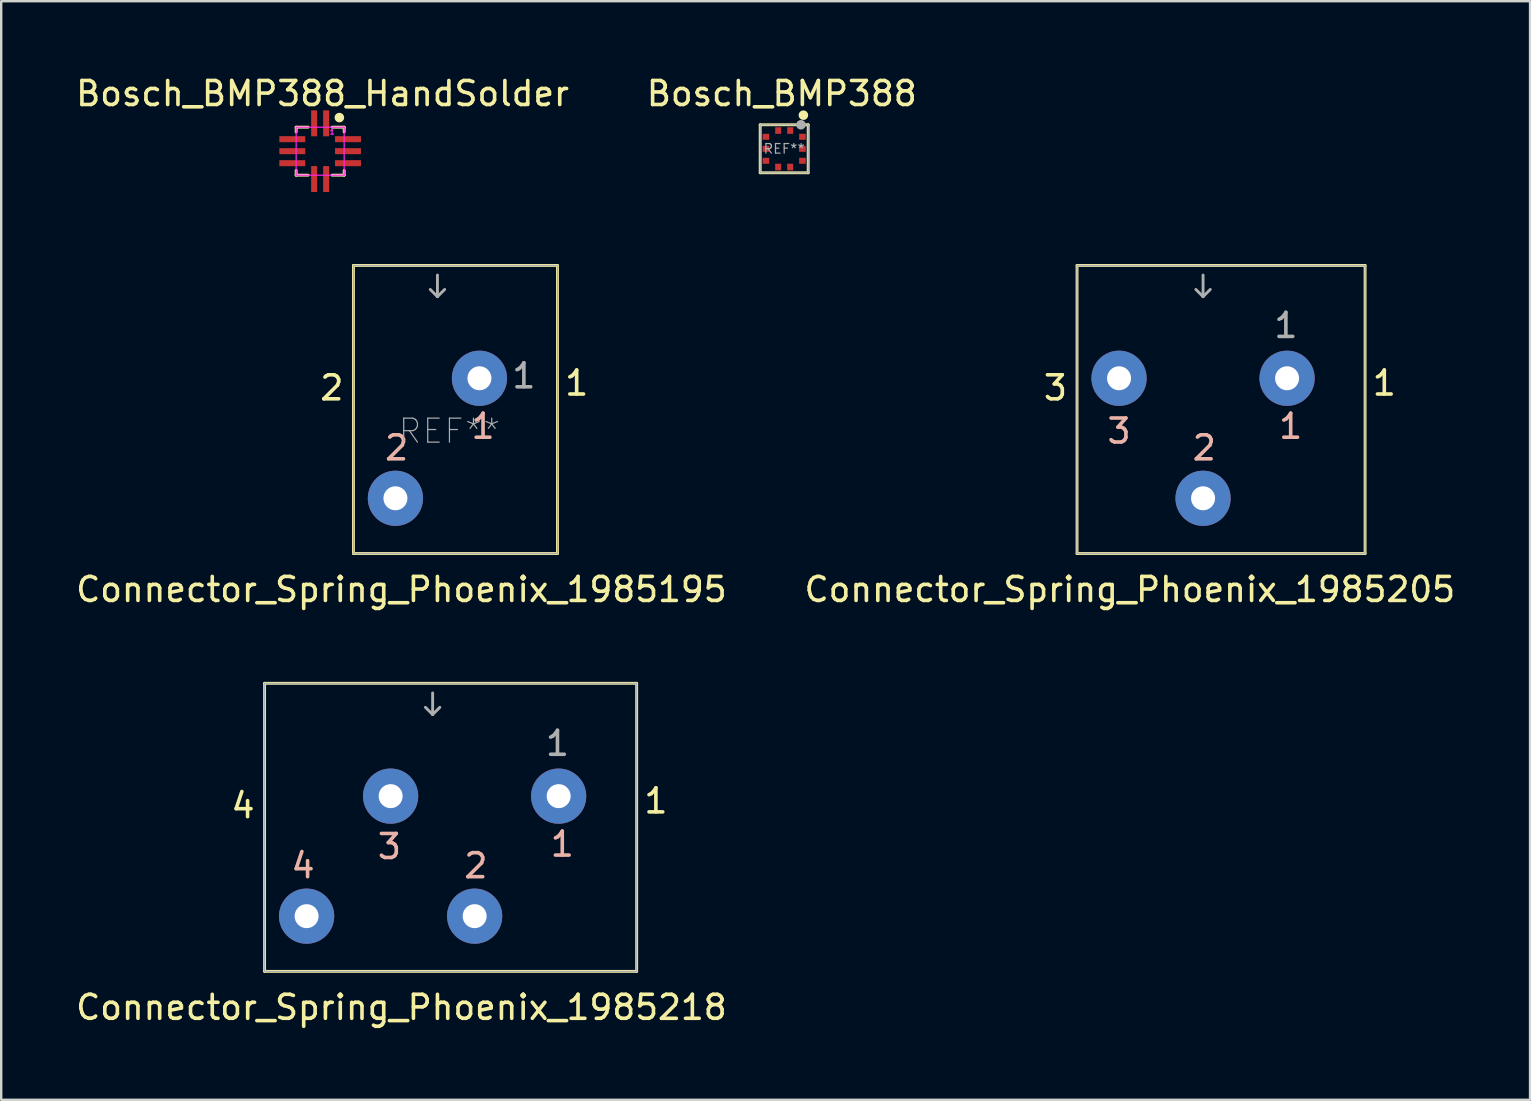
<source format=kicad_pcb>
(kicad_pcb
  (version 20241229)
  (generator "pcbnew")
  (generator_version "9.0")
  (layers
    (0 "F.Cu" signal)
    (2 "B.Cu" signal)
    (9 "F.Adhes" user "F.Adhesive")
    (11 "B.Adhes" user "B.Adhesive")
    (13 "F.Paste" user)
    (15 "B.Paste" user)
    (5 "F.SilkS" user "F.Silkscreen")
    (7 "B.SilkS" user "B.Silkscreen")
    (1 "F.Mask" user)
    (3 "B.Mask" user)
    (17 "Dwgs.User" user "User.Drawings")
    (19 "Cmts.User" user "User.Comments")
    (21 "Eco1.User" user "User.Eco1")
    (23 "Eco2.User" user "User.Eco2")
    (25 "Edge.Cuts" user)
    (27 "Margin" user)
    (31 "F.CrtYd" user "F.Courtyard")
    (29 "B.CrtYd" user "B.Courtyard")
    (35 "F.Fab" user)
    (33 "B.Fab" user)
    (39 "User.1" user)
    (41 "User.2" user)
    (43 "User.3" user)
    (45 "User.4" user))
  (footprint "Connector_Spring_Phoenix_1985205"
    (layer "F.Cu")
    (at 47.068 12.708)
    (property "Reference" "Connector_Spring_Phoenix_1985205" (at -3.05 8.8 0) (layer "F.SilkS") (effects (font (size 1 1) (thickness 0.15))))
    (attr through_hole)
    (fp_line (start -5.25 -4.7) (end 6.75 -4.7) (stroke (width 0.12) (type solid)) (layer "F.SilkS"))
    (fp_line (start -5.25 7.3) (end -5.25 -4.7) (stroke (width 0.12) (type solid)) (layer "F.SilkS"))
    (fp_line (start 6.75 -4.7) (end 6.75 7.3) (stroke (width 0.12) (type solid)) (layer "F.SilkS"))
    (fp_line (start 6.75 7.3) (end -5.25 7.3) (stroke (width 0.12) (type solid)) (layer "F.SilkS"))
    (fp_line (start -5.25 -4.7) (end -5.25 7.3) (stroke (width 0.05) (type solid)) (layer "F.Fab"))
    (fp_line (start -5.25 -4.7) (end 6.75 -4.7) (stroke (width 0.05) (type solid)) (layer "F.Fab"))
    (fp_line (start -5.25 7.3) (end 6.75 7.3) (stroke (width 0.05) (type solid)) (layer "F.Fab"))
    (fp_line (start 0 -4.3) (end 0 -3.4) (stroke (width 0.12) (type solid)) (layer "F.Fab"))
    (fp_line (start 0 -3.4) (end -0.3 -3.7) (stroke (width 0.12) (type solid)) (layer "F.Fab"))
    (fp_line (start 0 -3.4) (end 0.3 -3.7) (stroke (width 0.12) (type solid)) (layer "F.Fab"))
    (fp_line (start 6.75 7.3) (end 6.75 -4.7) (stroke (width 0.05) (type solid)) (layer "F.Fab"))
    (fp_text user "3" (at -6.15 0.4 0) (layer "F.SilkS") (effects (font (size 1 1) (thickness 0.15))))
    (fp_text user "1" (at 7.55 0.2 0) (layer "F.SilkS") (effects (font (size 1 1) (thickness 0.15))))
    (fp_text user "1" (at 3.65 2 0) (layer "B.SilkS") (effects (font (size 1 1) (thickness 0.15))))
    (fp_text user "2" (at 0.05 2.9 0) (layer "B.SilkS") (effects (font (size 1 1) (thickness 0.15))))
    (fp_text user "3" (at -3.5 2.2 0) (layer "B.SilkS") (effects (font (size 1 1) (thickness 0.15))))
    (fp_text user "1" (at 3.45 -2.2 0) (layer "F.Fab") (effects (font (size 1 1) (thickness 0.15))))
    (pad "1" thru_hole circle (at 3.5 0) (size 2.3 2.3) (drill 1) (layers "*.Cu" "*.Mask"))
    (pad "2" thru_hole circle (at 0 5) (size 2.3 2.3) (drill 1) (layers "*.Cu" "*.Mask"))
    (pad "3" thru_hole circle (at -3.5 0) (size 2.3 2.3) (drill 1) (layers "*.Cu" "*.Mask")))
  (footprint "Bosch_BMP388"
    (layer "F.Cu")
    (at 29.618 3.148)
    (property "Reference" "Bosch_BMP388" (at -0.1 -2.3 0) (layer "F.SilkS") (effects (font (size 1 1) (thickness 0.15))))
    (attr smd)
    (fp_line (start -1 -1) (end -1 1) (stroke (width 0.12) (type solid)) (layer "F.SilkS"))
    (fp_line (start -1 1) (end 1 1) (stroke (width 0.12) (type solid)) (layer "F.SilkS"))
    (fp_line (start 1 -1) (end -1 -1) (stroke (width 0.12) (type solid)) (layer "F.SilkS"))
    (fp_line (start 1 1) (end 1 -1) (stroke (width 0.12) (type solid)) (layer "F.SilkS"))
    (fp_circle (center 0.8 -1.4) (end 0.9 -1.4) (stroke (width 0.2) (type solid)) (fill no) (layer "F.SilkS"))
    (fp_line (start -1 -1) (end -1 1) (stroke (width 0.05) (type solid)) (layer "F.Fab"))
    (fp_line (start -1 1) (end 1 1) (stroke (width 0.05) (type solid)) (layer "F.Fab"))
    (fp_line (start 1 -1) (end -1 -1) (stroke (width 0.05) (type solid)) (layer "F.Fab"))
    (fp_line (start 1 1) (end 1 -1) (stroke (width 0.05) (type solid)) (layer "F.Fab"))
    (fp_circle (center 0.7 -1) (end 0.8 -1) (stroke (width 0.2) (type solid)) (fill no) (layer "F.Fab"))
    (fp_text user "REF**" (at 0 0 0) (layer "F.Fab") (effects (font (size 0.4 0.4) (thickness 0.05))))
    (pad "1" smd rect (at 0.25 -0.76 90) (size 0.275 0.25) (layers "F.Cu" "F.Mask" "F.Paste"))
    (pad "2" smd rect (at -0.25 -0.76 90) (size 0.275 0.25) (layers "F.Cu" "F.Mask" "F.Paste"))
    (pad "3" smd rect (at -0.76 -0.5 180) (size 0.275 0.25) (layers "F.Cu" "F.Mask" "F.Paste"))
    (pad "4" smd rect (at -0.76 0 180) (size 0.275 0.25) (layers "F.Cu" "F.Mask" "F.Paste"))
    (pad "5" smd rect (at -0.76 0.5 180) (size 0.275 0.25) (layers "F.Cu" "F.Mask" "F.Paste"))
    (pad "6" smd rect (at -0.25 0.76 270) (size 0.275 0.25) (layers "F.Cu" "F.Mask" "F.Paste"))
    (pad "7" smd rect (at 0.25 0.76 270) (size 0.275 0.25) (layers "F.Cu" "F.Mask" "F.Paste"))
    (pad "8" smd rect (at 0.76 0.5) (size 0.275 0.25) (layers "F.Cu" "F.Mask" "F.Paste"))
    (pad "9" smd rect (at 0.76 0) (size 0.275 0.25) (layers "F.Cu" "F.Mask" "F.Paste"))
    (pad "10" smd rect (at 0.76 -0.5) (size 0.275 0.25) (layers "F.Cu" "F.Mask" "F.Paste")))
  (footprint "Connector_Spring_Phoenix_1985195"
    (layer "F.Cu")
    (at 15.173 12.708)
    (property "Reference" "Connector_Spring_Phoenix_1985195" (at -1.5 8.8 0) (layer "F.SilkS") (effects (font (size 1 1) (thickness 0.15))))
    (attr through_hole)
    (fp_line (start -3.5 -4.7) (end 5 -4.7) (stroke (width 0.12) (type solid)) (layer "F.SilkS"))
    (fp_line (start -3.5 7.3) (end -3.5 -4.7) (stroke (width 0.12) (type solid)) (layer "F.SilkS"))
    (fp_line (start 5 -4.7) (end 5 7.3) (stroke (width 0.12) (type solid)) (layer "F.SilkS"))
    (fp_line (start 5 7.3) (end -3.5 7.3) (stroke (width 0.12) (type solid)) (layer "F.SilkS"))
    (fp_line (start -3.5 -4.7) (end -3.5 7.3) (stroke (width 0.05) (type solid)) (layer "F.Fab"))
    (fp_line (start -3.5 -4.7) (end 5 -4.7) (stroke (width 0.05) (type solid)) (layer "F.Fab"))
    (fp_line (start -3.5 7.3) (end 5 7.3) (stroke (width 0.05) (type solid)) (layer "F.Fab"))
    (fp_line (start 0 -4.3) (end 0 -3.4) (stroke (width 0.12) (type solid)) (layer "F.Fab"))
    (fp_line (start 0 -3.4) (end -0.3 -3.7) (stroke (width 0.12) (type solid)) (layer "F.Fab"))
    (fp_line (start 0 -3.4) (end 0.3 -3.7) (stroke (width 0.12) (type solid)) (layer "F.Fab"))
    (fp_line (start 5 7.3) (end 5 -4.7) (stroke (width 0.05) (type solid)) (layer "F.Fab"))
    (fp_text user "1" (at 5.8 0.2 0) (layer "F.SilkS") (effects (font (size 1 1) (thickness 0.15))))
    (fp_text user "2" (at -4.4 0.4 0) (layer "F.SilkS") (effects (font (size 1 1) (thickness 0.15))))
    (fp_text user "1" (at 1.9 2 0) (layer "B.SilkS") (effects (font (size 1 1) (thickness 0.15))))
    (fp_text user "2" (at -1.7 2.9 0) (layer "B.SilkS") (effects (font (size 1 1) (thickness 0.15))))
    (fp_text user "1" (at 3.6 -0.1 0) (layer "F.Fab") (effects (font (size 1 1) (thickness 0.15))))
    (fp_text user "REF**" (at 0.5 2.2 0) (layer "F.Fab") (effects (font (size 1 1) (thickness 0.05))))
    (pad "1" thru_hole circle (at 1.75 0) (size 2.3 2.3) (drill 1) (layers "*.Cu" "*.Mask"))
    (pad "2" thru_hole circle (at -1.75 5) (size 2.3 2.3) (drill 1) (layers "*.Cu" "*.Mask")))
  (footprint "Bosch_BMP388_HandSolder"
    (layer "F.Cu")
    (at 10.287 3.248)
    (property "Reference" "Bosch_BMP388_HandSolder" (at 0.1 -2.4 0) (layer "F.SilkS") (effects (font (size 1 1) (thickness 0.15))))
    (attr smd)
    (fp_line (start -1 -1) (end -1 -0.8) (stroke (width 0.12) (type solid)) (layer "F.SilkS"))
    (fp_line (start -1 0.8) (end -1 1) (stroke (width 0.12) (type solid)) (layer "F.SilkS"))
    (fp_line (start -1 1) (end -0.5 1) (stroke (width 0.12) (type solid)) (layer "F.SilkS"))
    (fp_line (start -0.5 -1) (end -1 -1) (stroke (width 0.12) (type solid)) (layer "F.SilkS"))
    (fp_line (start 0.5 1) (end 1 1) (stroke (width 0.12) (type solid)) (layer "F.SilkS"))
    (fp_line (start 1 -1) (end 0.5 -1) (stroke (width 0.12) (type solid)) (layer "F.SilkS"))
    (fp_line (start 1 -0.8) (end 1 -1) (stroke (width 0.12) (type solid)) (layer "F.SilkS"))
    (fp_line (start 1 1) (end 1 0.8) (stroke (width 0.12) (type solid)) (layer "F.SilkS"))
    (fp_circle (center 0.8 -1.4) (end 0.9 -1.4) (stroke (width 0.2) (type solid)) (fill no) (layer "F.SilkS"))
    (fp_line (start -1 -1) (end -1 1) (stroke (width 0.05) (type solid)) (layer "F.CrtYd"))
    (fp_line (start -1 1) (end 1 1) (stroke (width 0.05) (type solid)) (layer "F.CrtYd"))
    (fp_line (start 1 -1) (end -1 -1) (stroke (width 0.05) (type solid)) (layer "F.CrtYd"))
    (fp_line (start 1 1) (end 1 -1) (stroke (width 0.05) (type solid)) (layer "F.CrtYd"))
    (fp_text user "1" (at 0.5 -0.8 0) (layer "F.CrtYd") (effects (font (size 0.2 0.2) (thickness 0.05))))
    (pad "1" smd rect (at 0.25 -1.16 90) (size 1.08 0.25) (layers "F.Cu" "F.Mask" "F.Paste"))
    (pad "2" smd rect (at -0.25 -1.16 90) (size 1.08 0.25) (layers "F.Cu" "F.Mask" "F.Paste"))
    (pad "3" smd rect (at -1.16 -0.5 180) (size 1.08 0.25) (layers "F.Cu" "F.Mask" "F.Paste"))
    (pad "4" smd rect (at -1.16 0 180) (size 1.08 0.25) (layers "F.Cu" "F.Mask" "F.Paste"))
    (pad "5" smd rect (at -1.16 0.5 180) (size 1.08 0.25) (layers "F.Cu" "F.Mask" "F.Paste"))
    (pad "6" smd rect (at -0.25 1.16 270) (size 1.08 0.25) (layers "F.Cu" "F.Mask" "F.Paste"))
    (pad "7" smd rect (at 0.25 1.16 270) (size 1.08 0.25) (layers "F.Cu" "F.Mask" "F.Paste"))
    (pad "8" smd rect (at 1.16 0.5) (size 1.08 0.25) (layers "F.Cu" "F.Mask" "F.Paste"))
    (pad "9" smd rect (at 1.16 0) (size 1.08 0.25) (layers "F.Cu" "F.Mask" "F.Paste"))
    (pad "10" smd rect (at 1.16 -0.5) (size 1.08 0.25) (layers "F.Cu" "F.Mask" "F.Paste")))
  (footprint "Connector_Spring_Phoenix_1985218"
    (layer "F.Cu")
    (at 14.973 30.116)
    (property "Reference" "Connector_Spring_Phoenix_1985218" (at -1.3 8.8 0) (layer "F.SilkS") (effects (font (size 1 1) (thickness 0.15))))
    (attr through_hole)
    (fp_line (start -7 -4.7) (end 8.5 -4.7) (stroke (width 0.12) (type solid)) (layer "F.SilkS"))
    (fp_line (start -7 7.3) (end -7 -4.7) (stroke (width 0.12) (type solid)) (layer "F.SilkS"))
    (fp_line (start 8.5 -4.7) (end 8.5 7.3) (stroke (width 0.12) (type solid)) (layer "F.SilkS"))
    (fp_line (start 8.5 7.3) (end -7 7.3) (stroke (width 0.12) (type solid)) (layer "F.SilkS"))
    (fp_line (start -7 -4.7) (end -7 7.3) (stroke (width 0.05) (type solid)) (layer "F.Fab"))
    (fp_line (start -7 -4.7) (end 8.5 -4.7) (stroke (width 0.05) (type solid)) (layer "F.Fab"))
    (fp_line (start -7 7.3) (end 8.5 7.3) (stroke (width 0.05) (type solid)) (layer "F.Fab"))
    (fp_line (start 0 -4.3) (end 0 -3.4) (stroke (width 0.12) (type solid)) (layer "F.Fab"))
    (fp_line (start 0 -3.4) (end -0.3 -3.7) (stroke (width 0.12) (type solid)) (layer "F.Fab"))
    (fp_line (start 0 -3.4) (end 0.3 -3.7) (stroke (width 0.12) (type solid)) (layer "F.Fab"))
    (fp_line (start 8.5 7.3) (end 8.5 -4.7) (stroke (width 0.05) (type solid)) (layer "F.Fab"))
    (fp_text user "4" (at -7.9 0.4 0) (layer "F.SilkS") (effects (font (size 1 1) (thickness 0.15))))
    (fp_text user "1" (at 9.3 0.2 0) (layer "F.SilkS") (effects (font (size 1 1) (thickness 0.15))))
    (fp_text user "1" (at 5.4 2 0) (layer "B.SilkS") (effects (font (size 1 1) (thickness 0.15))))
    (fp_text user "4" (at -5.4 2.9 0) (layer "B.SilkS") (effects (font (size 1 1) (thickness 0.15))))
    (fp_text user "2" (at 1.8 2.9 0) (layer "B.SilkS") (effects (font (size 1 1) (thickness 0.15))))
    (fp_text user "3" (at -1.8 2.1 0) (layer "B.SilkS") (effects (font (size 1 1) (thickness 0.15))))
    (fp_text user "1" (at 5.2 -2.2 0) (layer "F.Fab") (effects (font (size 1 1) (thickness 0.15))))
    (pad "1" thru_hole circle (at 5.25 0) (size 2.3 2.3) (drill 1) (layers "*.Cu" "*.Mask"))
    (pad "2" thru_hole circle (at 1.75 5) (size 2.3 2.3) (drill 1) (layers "*.Cu" "*.Mask"))
    (pad "3" thru_hole circle (at -1.75 0) (size 2.3 2.3) (drill 1) (layers "*.Cu" "*.Mask"))
    (pad "4" thru_hole circle (at -5.25 5) (size 2.3 2.3) (drill 1) (layers "*.Cu" "*.Mask")))
  (gr_rect
    (start -3 -3)
    (end 60.69 42.765)
    (stroke (width 0.1) (type default))
    (fill no)
    (layer "Edge.Cuts")))
</source>
